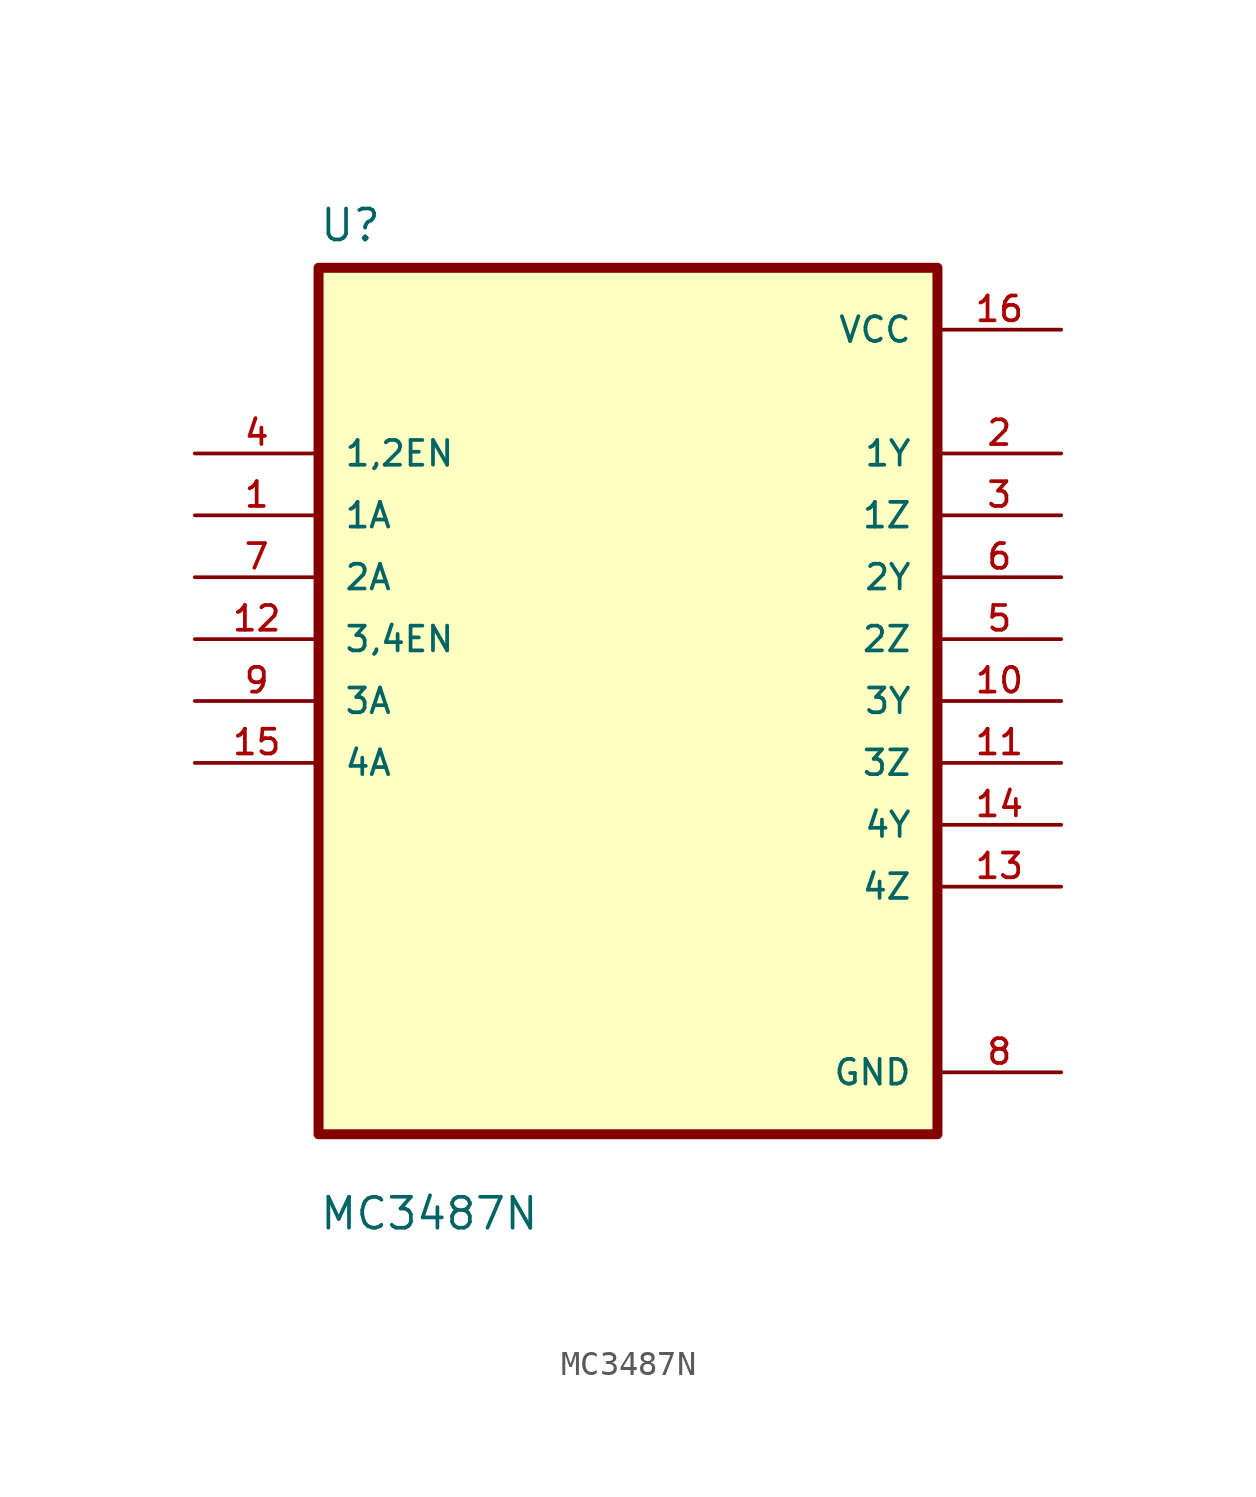
<source format=kicad_sym>
(kicad_symbol_lib
  (version 20211014)
  (generator kicad_symbol_editor)
  (symbol "MC3487N"
    (pin_names
      (offset 1.016))
    (property "Reference" "U"
      (at -12.7 18.78 0.0)
      (effects (font (size 1.27 1.27)) (justify bottom left)))
    (property "Value" "MC3487N"
      (at -12.7 -21.78 0.0)
      (effects (font (size 1.27 1.27)) (justify bottom left)))
    (symbol "MC3487N_0_0"
      (rectangle (start -12.7 -17.78) (end 12.7 17.78) (stroke (width 0.41)) (fill (type background)))
      (pin input line (at -17.78 10.16 0) (length 5.08) (name "1,2EN" (effects (font (size 1.016 1.016)))) (number "4" (effects (font (size 1.016 1.016)))))
      (pin input line (at -17.78 7.62 0) (length 5.08) (name "1A" (effects (font (size 1.016 1.016)))) (number "1" (effects (font (size 1.016 1.016)))))
      (pin input line (at -17.78 5.08 0) (length 5.08) (name "2A" (effects (font (size 1.016 1.016)))) (number "7" (effects (font (size 1.016 1.016)))))
      (pin input line (at -17.78 2.54 0) (length 5.08) (name "3,4EN" (effects (font (size 1.016 1.016)))) (number "12" (effects (font (size 1.016 1.016)))))
      (pin input line (at -17.78 0.0 0) (length 5.08) (name "3A" (effects (font (size 1.016 1.016)))) (number "9" (effects (font (size 1.016 1.016)))))
      (pin input line (at -17.78 -2.54 0) (length 5.08) (name "4A" (effects (font (size 1.016 1.016)))) (number "15" (effects (font (size 1.016 1.016)))))
      (pin power_in line (at 17.78 15.24 180.0) (length 5.08) (name "VCC" (effects (font (size 1.016 1.016)))) (number "16" (effects (font (size 1.016 1.016)))))
      (pin output line (at 17.78 10.16 180.0) (length 5.08) (name "1Y" (effects (font (size 1.016 1.016)))) (number "2" (effects (font (size 1.016 1.016)))))
      (pin output line (at 17.78 7.62 180.0) (length 5.08) (name "1Z" (effects (font (size 1.016 1.016)))) (number "3" (effects (font (size 1.016 1.016)))))
      (pin output line (at 17.78 5.08 180.0) (length 5.08) (name "2Y" (effects (font (size 1.016 1.016)))) (number "6" (effects (font (size 1.016 1.016)))))
      (pin output line (at 17.78 2.54 180.0) (length 5.08) (name "2Z" (effects (font (size 1.016 1.016)))) (number "5" (effects (font (size 1.016 1.016)))))
      (pin output line (at 17.78 1.77636e-15 180.0) (length 5.08) (name "3Y" (effects (font (size 1.016 1.016)))) (number "10" (effects (font (size 1.016 1.016)))))
      (pin output line (at 17.78 -2.54 180.0) (length 5.08) (name "3Z" (effects (font (size 1.016 1.016)))) (number "11" (effects (font (size 1.016 1.016)))))
      (pin output line (at 17.78 -5.08 180.0) (length 5.08) (name "4Y" (effects (font (size 1.016 1.016)))) (number "14" (effects (font (size 1.016 1.016)))))
      (pin output line (at 17.78 -7.62 180.0) (length 5.08) (name "4Z" (effects (font (size 1.016 1.016)))) (number "13" (effects (font (size 1.016 1.016)))))
      (pin power_in line (at 17.78 -15.24 180.0) (length 5.08) (name "GND" (effects (font (size 1.016 1.016)))) (number "8" (effects (font (size 1.016 1.016))))))))
</source>
